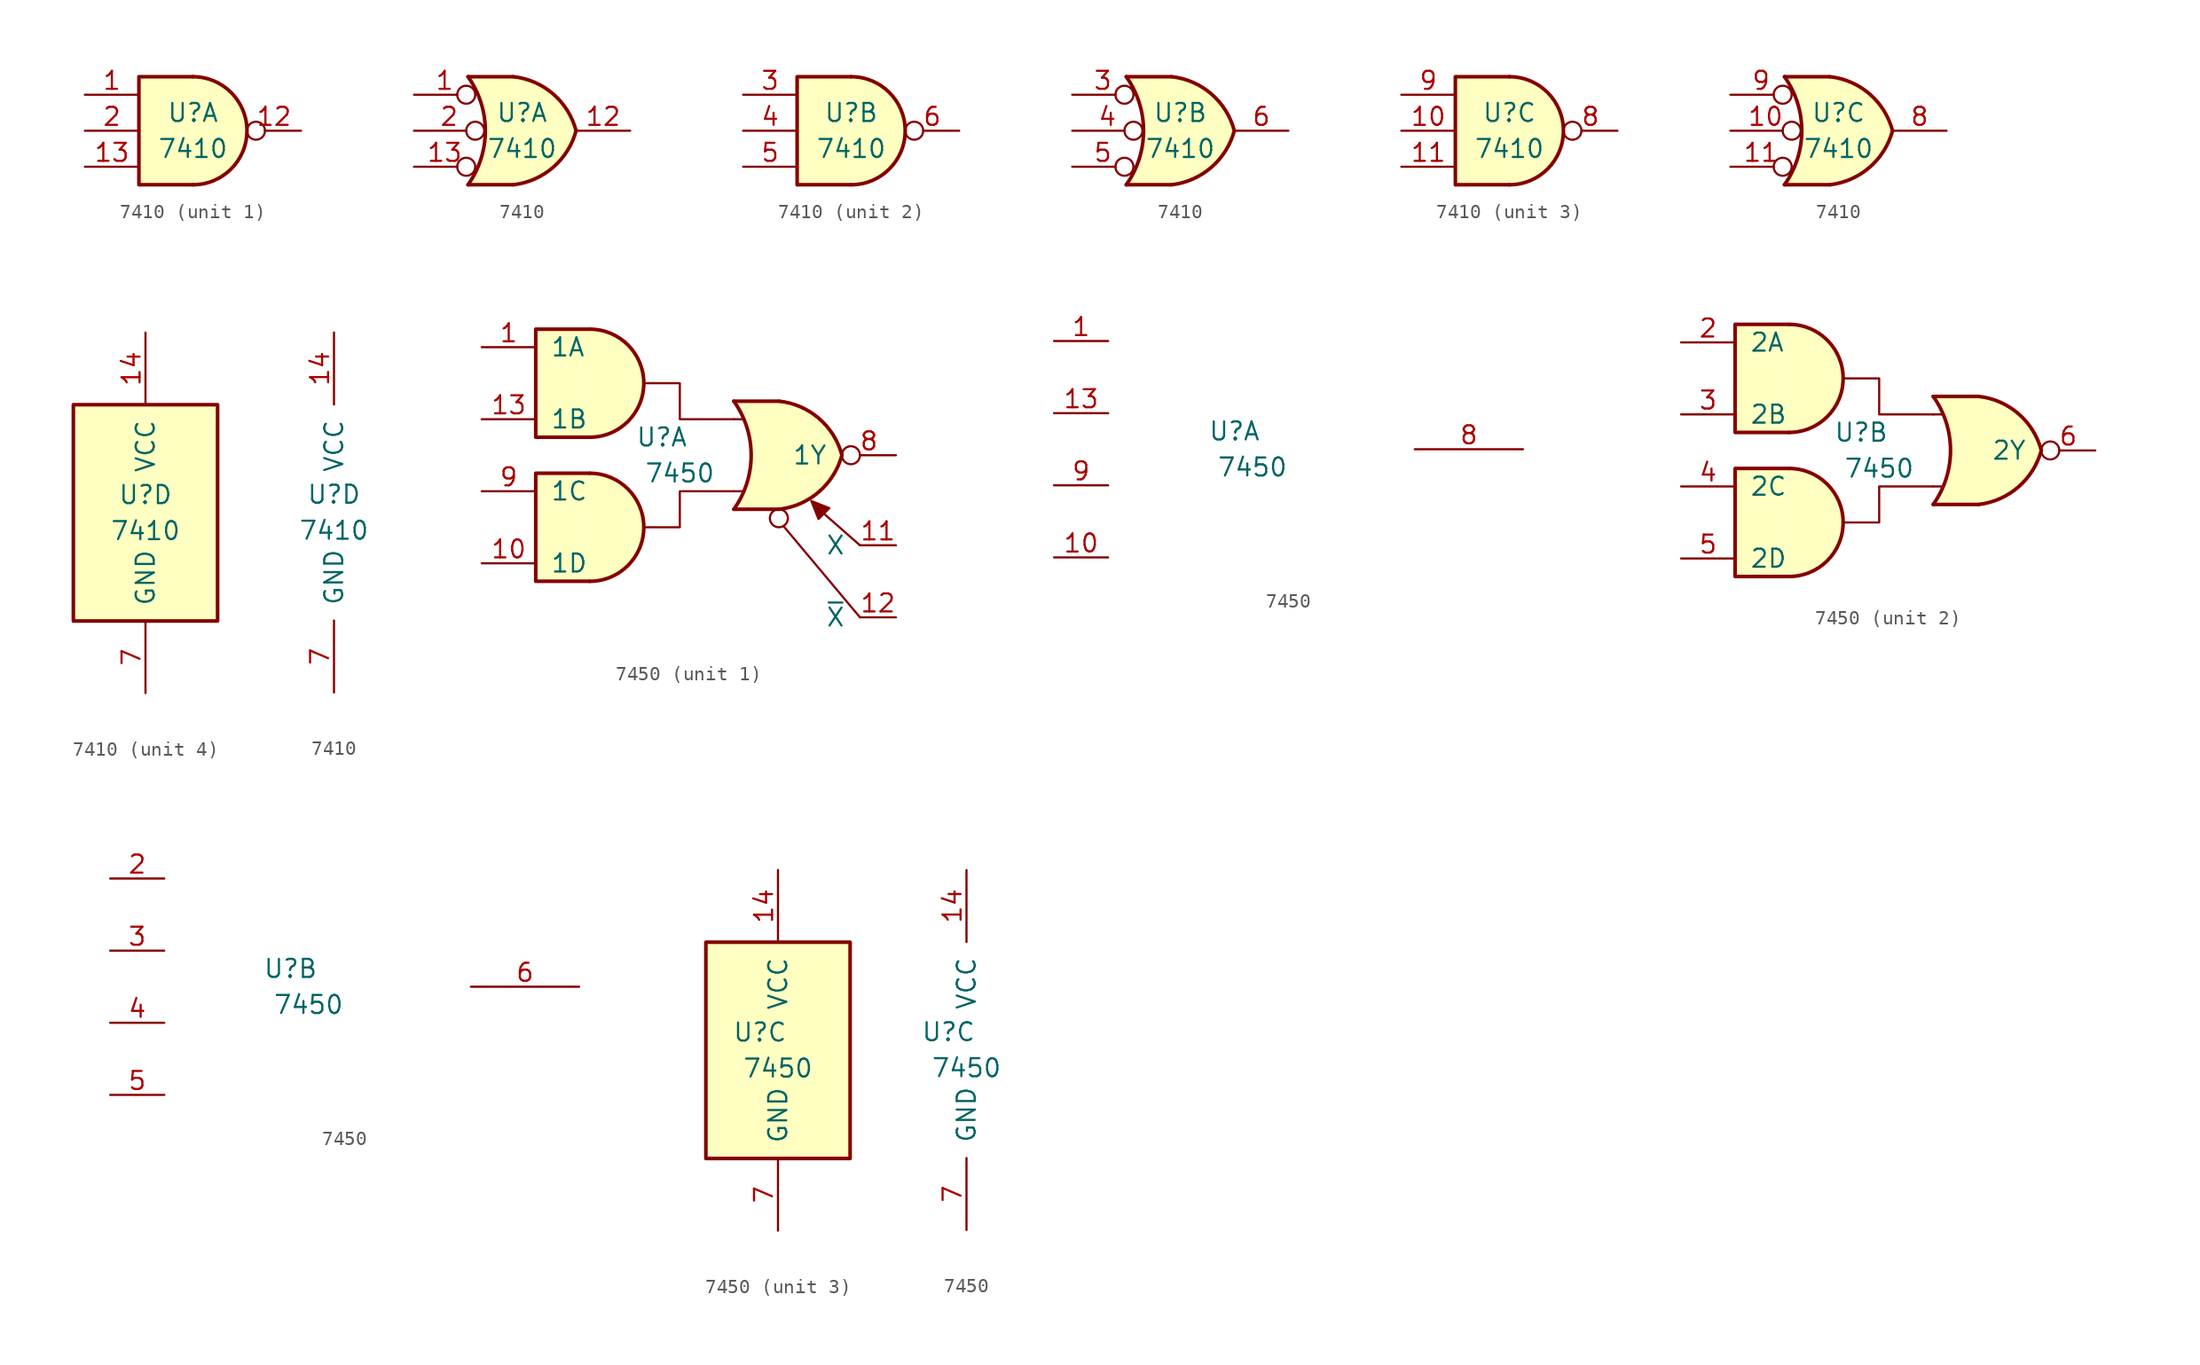
<source format=kicad_sym>
(kicad_symbol_lib
  (version 20220914)
  (generator kicad_symbol_editor)
  (symbol "7410"
    (pin_names
      (offset 1.016))
    (property "Reference" "U"
      (at 0 1.27 0)
      (effects (font (size 1.27 1.27))))
    (property "Value" "7410"
      (at 0 -1.27 0)
      (effects (font (size 1.27 1.27))))
    (property "ki_locked" ""
      (at 0 0 0)
      (effects (font (size 1.27 1.27))))
    (symbol "7410_1_1"
      (arc (start 0 -3.81) (mid 3.7934 0) (end 0 3.81) (stroke (width 0.254) (type default)) (fill (type background)))
      (polyline (pts (xy 0 3.81) (xy -3.81 3.81) (xy -3.81 -3.81) (xy 0 -3.81)) (stroke (width 0.254) (type default)) (fill (type background)))
      (pin input line (at -7.62 2.54 0) (length 3.81) (name "~" (effects (font (size 1.27 1.27)))) (number "1" (effects (font (size 1.27 1.27)))))
      (pin output inverted (at 7.62 0 180) (length 3.81) (name "~" (effects (font (size 1.27 1.27)))) (number "12" (effects (font (size 1.27 1.27)))))
      (pin input line (at -7.62 -2.54 0) (length 3.81) (name "~" (effects (font (size 1.27 1.27)))) (number "13" (effects (font (size 1.27 1.27)))))
      (pin input line (at -7.62 0 0) (length 3.81) (name "~" (effects (font (size 1.27 1.27)))) (number "2" (effects (font (size 1.27 1.27))))))
    (symbol "7410_1_2"
      (arc (start -3.81 -3.81) (mid -2.589 0) (end -3.81 3.81) (stroke (width 0.254) (type default)) (fill (type none)))
      (arc (start -0.6096 -3.81) (mid 2.1842 -2.5851) (end 3.81 0) (stroke (width 0.254) (type default)) (fill (type background)))
      (polyline (pts (xy -3.81 -3.81) (xy -0.635 -3.81)) (stroke (width 0.254) (type default)) (fill (type background)))
      (polyline (pts (xy -3.81 3.81) (xy -0.635 3.81)) (stroke (width 0.254) (type default)) (fill (type background)))
      (polyline (pts (xy -0.635 3.81) (xy -3.81 3.81) (xy -3.81 3.81) (xy -3.556 3.404) (xy -3.023 2.261) (xy -2.692 1.041) (xy -2.616 -0.254) (xy -2.769 -1.499) (xy -3.175 -2.718) (xy -3.81 -3.81) (xy -3.81 -3.81) (xy -0.635 -3.81)) (stroke (width -25.4) (type default)) (fill (type background)))
      (arc (start 3.81 0) (mid 2.1915 2.5936) (end -0.6096 3.81) (stroke (width 0.254) (type default)) (fill (type background)))
      (pin input inverted (at -7.62 2.54 0) (length 4.318) (name "~" (effects (font (size 1.27 1.27)))) (number "1" (effects (font (size 1.27 1.27)))))
      (pin output line (at 7.62 0 180) (length 3.81) (name "~" (effects (font (size 1.27 1.27)))) (number "12" (effects (font (size 1.27 1.27)))))
      (pin input inverted (at -7.62 -2.54 0) (length 4.318) (name "~" (effects (font (size 1.27 1.27)))) (number "13" (effects (font (size 1.27 1.27)))))
      (pin input inverted (at -7.62 0 0) (length 4.953) (name "~" (effects (font (size 1.27 1.27)))) (number "2" (effects (font (size 1.27 1.27))))))
    (symbol "7410_2_1"
      (arc (start 0 -3.81) (mid 3.7934 0) (end 0 3.81) (stroke (width 0.254) (type default)) (fill (type background)))
      (polyline (pts (xy 0 3.81) (xy -3.81 3.81) (xy -3.81 -3.81) (xy 0 -3.81)) (stroke (width 0.254) (type default)) (fill (type background)))
      (pin input line (at -7.62 2.54 0) (length 3.81) (name "~" (effects (font (size 1.27 1.27)))) (number "3" (effects (font (size 1.27 1.27)))))
      (pin input line (at -7.62 0 0) (length 3.81) (name "~" (effects (font (size 1.27 1.27)))) (number "4" (effects (font (size 1.27 1.27)))))
      (pin input line (at -7.62 -2.54 0) (length 3.81) (name "~" (effects (font (size 1.27 1.27)))) (number "5" (effects (font (size 1.27 1.27)))))
      (pin output inverted (at 7.62 0 180) (length 3.81) (name "~" (effects (font (size 1.27 1.27)))) (number "6" (effects (font (size 1.27 1.27))))))
    (symbol "7410_2_2"
      (arc (start -3.81 -3.81) (mid -2.589 0) (end -3.81 3.81) (stroke (width 0.254) (type default)) (fill (type none)))
      (arc (start -0.6096 -3.81) (mid 2.1842 -2.5851) (end 3.81 0) (stroke (width 0.254) (type default)) (fill (type background)))
      (polyline (pts (xy -3.81 -3.81) (xy -0.635 -3.81)) (stroke (width 0.254) (type default)) (fill (type background)))
      (polyline (pts (xy -3.81 3.81) (xy -0.635 3.81)) (stroke (width 0.254) (type default)) (fill (type background)))
      (polyline (pts (xy -0.635 3.81) (xy -3.81 3.81) (xy -3.81 3.81) (xy -3.556 3.404) (xy -3.023 2.261) (xy -2.692 1.041) (xy -2.616 -0.254) (xy -2.769 -1.499) (xy -3.175 -2.718) (xy -3.81 -3.81) (xy -3.81 -3.81) (xy -0.635 -3.81)) (stroke (width -25.4) (type default)) (fill (type background)))
      (arc (start 3.81 0) (mid 2.1915 2.5936) (end -0.6096 3.81) (stroke (width 0.254) (type default)) (fill (type background)))
      (pin input inverted (at -7.62 2.54 0) (length 4.318) (name "~" (effects (font (size 1.27 1.27)))) (number "3" (effects (font (size 1.27 1.27)))))
      (pin input inverted (at -7.62 0 0) (length 4.953) (name "~" (effects (font (size 1.27 1.27)))) (number "4" (effects (font (size 1.27 1.27)))))
      (pin input inverted (at -7.62 -2.54 0) (length 4.318) (name "~" (effects (font (size 1.27 1.27)))) (number "5" (effects (font (size 1.27 1.27)))))
      (pin output line (at 7.62 0 180) (length 3.81) (name "~" (effects (font (size 1.27 1.27)))) (number "6" (effects (font (size 1.27 1.27))))))
    (symbol "7410_3_1"
      (arc (start 0 -3.81) (mid 3.7934 0) (end 0 3.81) (stroke (width 0.254) (type default)) (fill (type background)))
      (polyline (pts (xy 0 3.81) (xy -3.81 3.81) (xy -3.81 -3.81) (xy 0 -3.81)) (stroke (width 0.254) (type default)) (fill (type background)))
      (pin input line (at -7.62 0 0) (length 3.81) (name "~" (effects (font (size 1.27 1.27)))) (number "10" (effects (font (size 1.27 1.27)))))
      (pin input line (at -7.62 -2.54 0) (length 3.81) (name "~" (effects (font (size 1.27 1.27)))) (number "11" (effects (font (size 1.27 1.27)))))
      (pin output inverted (at 7.62 0 180) (length 3.81) (name "~" (effects (font (size 1.27 1.27)))) (number "8" (effects (font (size 1.27 1.27)))))
      (pin input line (at -7.62 2.54 0) (length 3.81) (name "~" (effects (font (size 1.27 1.27)))) (number "9" (effects (font (size 1.27 1.27))))))
    (symbol "7410_3_2"
      (arc (start -3.81 -3.81) (mid -2.589 0) (end -3.81 3.81) (stroke (width 0.254) (type default)) (fill (type none)))
      (arc (start -0.6096 -3.81) (mid 2.1842 -2.5851) (end 3.81 0) (stroke (width 0.254) (type default)) (fill (type background)))
      (polyline (pts (xy -3.81 -3.81) (xy -0.635 -3.81)) (stroke (width 0.254) (type default)) (fill (type background)))
      (polyline (pts (xy -3.81 3.81) (xy -0.635 3.81)) (stroke (width 0.254) (type default)) (fill (type background)))
      (polyline (pts (xy -0.635 3.81) (xy -3.81 3.81) (xy -3.81 3.81) (xy -3.556 3.404) (xy -3.023 2.261) (xy -2.692 1.041) (xy -2.616 -0.254) (xy -2.769 -1.499) (xy -3.175 -2.718) (xy -3.81 -3.81) (xy -3.81 -3.81) (xy -0.635 -3.81)) (stroke (width -25.4) (type default)) (fill (type background)))
      (arc (start 3.81 0) (mid 2.1915 2.5936) (end -0.6096 3.81) (stroke (width 0.254) (type default)) (fill (type background)))
      (pin input inverted (at -7.62 0 0) (length 4.953) (name "~" (effects (font (size 1.27 1.27)))) (number "10" (effects (font (size 1.27 1.27)))))
      (pin input inverted (at -7.62 -2.54 0) (length 4.318) (name "~" (effects (font (size 1.27 1.27)))) (number "11" (effects (font (size 1.27 1.27)))))
      (pin output line (at 7.62 0 180) (length 3.81) (name "~" (effects (font (size 1.27 1.27)))) (number "8" (effects (font (size 1.27 1.27)))))
      (pin input inverted (at -7.62 2.54 0) (length 4.318) (name "~" (effects (font (size 1.27 1.27)))) (number "9" (effects (font (size 1.27 1.27))))))
    (symbol "7410_4_0"
      (pin power_in line (at 0 12.7 270) (length 5.08) (name "VCC" (effects (font (size 1.27 1.27)))) (number "14" (effects (font (size 1.27 1.27)))))
      (pin power_in line (at 0 -12.7 90) (length 5.08) (name "GND" (effects (font (size 1.27 1.27)))) (number "7" (effects (font (size 1.27 1.27))))))
    (symbol "7410_4_1"
      (rectangle (start -5.08 7.62) (end 5.08 -7.62) (stroke (width 0.254) (type default)) (fill (type background)))))
  (symbol "7450"
    (pin_names
      (offset 1.016))
    (property "Reference" "U"
      (at -1.27 1.27 0)
      (effects (font (size 1.27 1.27))))
    (property "Value" "7450"
      (at 0 -1.27 0)
      (effects (font (size 1.27 1.27))))
    (property "ki_locked" ""
      (at 0 0 0)
      (effects (font (size 1.27 1.27))))
    (symbol "7450_1_1"
      (arc (start -6.35 -8.89) (mid -2.5566 -5.08) (end -6.35 -1.27) (stroke (width 0.254) (type default)) (fill (type background)))
      (arc (start -6.35 1.27) (mid -2.5566 5.08) (end -6.35 8.89) (stroke (width 0.254) (type default)) (fill (type background)))
      (polyline (pts (xy 3.81 -3.81) (xy 6.985 -3.81)) (stroke (width 0.254) (type default)) (fill (type background)))
      (polyline (pts (xy 3.81 -2.54) (xy 4.521 -2.54)) (stroke (width 0) (type default)) (fill (type none)))
      (polyline (pts (xy 3.81 2.54) (xy 4.521 2.54)) (stroke (width 0) (type default)) (fill (type none)))
      (polyline (pts (xy 3.81 3.81) (xy 6.985 3.81)) (stroke (width 0.254) (type default)) (fill (type background)))
      (polyline (pts (xy 7.315 -5.004) (xy 12.7 -11.43)) (stroke (width 0) (type default)) (fill (type none)))
      (polyline (pts (xy 12.7 -6.35) (xy 10.211 -4.166)) (stroke (width 0) (type default)) (fill (type none)))
      (polyline (pts (xy -6.35 -1.27) (xy -10.16 -1.27) (xy -10.16 -8.89) (xy -6.35 -8.89)) (stroke (width 0.254) (type default)) (fill (type background)))
      (polyline (pts (xy -6.35 8.89) (xy -10.16 8.89) (xy -10.16 1.27) (xy -6.35 1.27)) (stroke (width 0.254) (type default)) (fill (type background)))
      (polyline (pts (xy -2.54 -5.08) (xy 0 -5.08) (xy 0 -2.54) (xy 3.81 -2.54)) (stroke (width 0) (type default)) (fill (type none)))
      (polyline (pts (xy -2.54 5.08) (xy 0 5.08) (xy 0 2.54) (xy 3.81 2.54)) (stroke (width 0) (type default)) (fill (type none)))
      (polyline (pts (xy 9.271 -3.226) (xy 9.779 -4.496) (xy 10.541 -3.734) (xy 9.271 -3.226)) (stroke (width 0) (type default)) (fill (type outline)))
      (polyline (pts (xy 6.985 3.81) (xy 3.81 3.81) (xy 3.81 3.81) (xy 4.064 3.404) (xy 4.597 2.261) (xy 4.928 1.041) (xy 5.004 -0.254) (xy 4.851 -1.499) (xy 4.445 -2.718) (xy 3.81 -3.81) (xy 3.81 -3.81) (xy 6.985 -3.81)) (stroke (width -25.4) (type default)) (fill (type background)))
      (arc (start 3.81 -3.81) (mid 5.031 0) (end 3.81 3.81) (stroke (width 0.254) (type default)) (fill (type none)))
      (circle (center 6.985 -4.445) (radius 0.635) (stroke (width 0) (type default)) (fill (type none)))
      (arc (start 7.0104 -3.81) (mid 9.8055 -2.584) (end 11.43 0) (stroke (width 0.254) (type default)) (fill (type background)))
      (arc (start 11.43 0) (mid 9.8128 2.5925) (end 7.0104 3.81) (stroke (width 0.254) (type default)) (fill (type background)))
      (pin input line (at -13.97 7.62 0) (length 3.81) (name "1A" (effects (font (size 1.27 1.27)))) (number "1" (effects (font (size 1.27 1.27)))))
      (pin input line (at -13.97 -7.62 0) (length 3.81) (name "1D" (effects (font (size 1.27 1.27)))) (number "10" (effects (font (size 1.27 1.27)))))
      (pin bidirectional line (at 15.24 -6.35 180) (length 2.54) (name "X" (effects (font (size 1.27 1.27)))) (number "11" (effects (font (size 1.27 1.27)))))
      (pin bidirectional line (at 15.24 -11.43 180) (length 2.54) (name "~{X}" (effects (font (size 1.27 1.27)))) (number "12" (effects (font (size 1.27 1.27)))))
      (pin input line (at -13.97 2.54 0) (length 3.81) (name "1B" (effects (font (size 1.27 1.27)))) (number "13" (effects (font (size 1.27 1.27)))))
      (pin output inverted (at 15.24 0 180) (length 3.81) (name "1Y" (effects (font (size 1.27 1.27)))) (number "8" (effects (font (size 1.27 1.27)))))
      (pin input line (at -13.97 -2.54 0) (length 3.81) (name "1C" (effects (font (size 1.27 1.27)))) (number "9" (effects (font (size 1.27 1.27))))))
    (symbol "7450_1_2"
      (pin input line (at -13.97 7.62 0) (length 3.81) (name "~" (effects (font (size 1.27 1.27)))) (number "1" (effects (font (size 1.27 1.27)))))
      (pin input line (at -13.97 -7.62 0) (length 3.81) (name "~" (effects (font (size 1.27 1.27)))) (number "10" (effects (font (size 1.27 1.27)))))
      (pin input line (at -13.97 2.54 0) (length 3.81) (name "~" (effects (font (size 1.27 1.27)))) (number "13" (effects (font (size 1.27 1.27)))))
      (pin output line (at 19.05 0 180) (length 7.62) (name "" (effects (font (size 1.27 1.27)))) (number "8" (effects (font (size 1.27 1.27)))))
      (pin input line (at -13.97 -2.54 0) (length 3.81) (name "~" (effects (font (size 1.27 1.27)))) (number "9" (effects (font (size 1.27 1.27))))))
    (symbol "7450_2_1"
      (arc (start -6.35 -8.89) (mid -2.5566 -5.08) (end -6.35 -1.27) (stroke (width 0.254) (type default)) (fill (type background)))
      (arc (start -6.35 1.27) (mid -2.5566 5.08) (end -6.35 8.89) (stroke (width 0.254) (type default)) (fill (type background)))
      (polyline (pts (xy 3.81 -3.81) (xy 6.985 -3.81)) (stroke (width 0.254) (type default)) (fill (type background)))
      (polyline (pts (xy 3.81 -2.54) (xy 4.521 -2.54)) (stroke (width 0) (type default)) (fill (type none)))
      (polyline (pts (xy 3.81 2.54) (xy 4.521 2.54)) (stroke (width 0) (type default)) (fill (type none)))
      (polyline (pts (xy 3.81 3.81) (xy 6.985 3.81)) (stroke (width 0.254) (type default)) (fill (type background)))
      (polyline (pts (xy -6.35 -1.27) (xy -10.16 -1.27) (xy -10.16 -8.89) (xy -6.35 -8.89)) (stroke (width 0.254) (type default)) (fill (type background)))
      (polyline (pts (xy -6.35 8.89) (xy -10.16 8.89) (xy -10.16 1.27) (xy -6.35 1.27)) (stroke (width 0.254) (type default)) (fill (type background)))
      (polyline (pts (xy -2.54 -5.08) (xy 0 -5.08) (xy 0 -2.54) (xy 3.81 -2.54)) (stroke (width 0) (type default)) (fill (type none)))
      (polyline (pts (xy -2.54 5.08) (xy 0 5.08) (xy 0 2.54) (xy 3.81 2.54)) (stroke (width 0) (type default)) (fill (type none)))
      (polyline (pts (xy 6.985 3.81) (xy 3.81 3.81) (xy 3.81 3.81) (xy 4.064 3.404) (xy 4.597 2.261) (xy 4.928 1.041) (xy 5.004 -0.254) (xy 4.851 -1.499) (xy 4.445 -2.718) (xy 3.81 -3.81) (xy 3.81 -3.81) (xy 6.985 -3.81)) (stroke (width -25.4) (type default)) (fill (type background)))
      (polyline (pts (xy 6.985 3.81) (xy 3.81 3.81) (xy 3.81 3.81) (xy 4.064 3.404) (xy 4.597 2.261) (xy 4.928 1.041) (xy 5.004 -0.254) (xy 4.851 -1.499) (xy 4.445 -2.718) (xy 3.81 -3.81) (xy 3.81 -3.81) (xy 6.985 -3.81)) (stroke (width -25.4) (type default)) (fill (type background)))
      (arc (start 3.81 -3.81) (mid 5.031 0) (end 3.81 3.81) (stroke (width 0.254) (type default)) (fill (type none)))
      (arc (start 7.0104 -3.81) (mid 9.8055 -2.584) (end 11.43 0) (stroke (width 0.254) (type default)) (fill (type background)))
      (arc (start 11.43 0) (mid 9.8128 2.5925) (end 7.0104 3.81) (stroke (width 0.254) (type default)) (fill (type background)))
      (pin input line (at -13.97 7.62 0) (length 3.81) (name "2A" (effects (font (size 1.27 1.27)))) (number "2" (effects (font (size 1.27 1.27)))))
      (pin input line (at -13.97 2.54 0) (length 3.81) (name "2B" (effects (font (size 1.27 1.27)))) (number "3" (effects (font (size 1.27 1.27)))))
      (pin input line (at -13.97 -2.54 0) (length 3.81) (name "2C" (effects (font (size 1.27 1.27)))) (number "4" (effects (font (size 1.27 1.27)))))
      (pin input line (at -13.97 -7.62 0) (length 3.81) (name "2D" (effects (font (size 1.27 1.27)))) (number "5" (effects (font (size 1.27 1.27)))))
      (pin output inverted (at 15.24 0 180) (length 3.81) (name "2Y" (effects (font (size 1.27 1.27)))) (number "6" (effects (font (size 1.27 1.27))))))
    (symbol "7450_2_2"
      (pin input line (at -13.97 7.62 0) (length 3.81) (name "~" (effects (font (size 1.27 1.27)))) (number "2" (effects (font (size 1.27 1.27)))))
      (pin input line (at -13.97 2.54 0) (length 3.81) (name "~" (effects (font (size 1.27 1.27)))) (number "3" (effects (font (size 1.27 1.27)))))
      (pin input line (at -13.97 -2.54 0) (length 3.81) (name "~" (effects (font (size 1.27 1.27)))) (number "4" (effects (font (size 1.27 1.27)))))
      (pin input line (at -13.97 -7.62 0) (length 3.81) (name "~" (effects (font (size 1.27 1.27)))) (number "5" (effects (font (size 1.27 1.27)))))
      (pin output line (at 19.05 0 180) (length 7.62) (name "" (effects (font (size 1.27 1.27)))) (number "6" (effects (font (size 1.27 1.27))))))
    (symbol "7450_3_0"
      (pin power_in line (at 0 12.7 270) (length 5.08) (name "VCC" (effects (font (size 1.27 1.27)))) (number "14" (effects (font (size 1.27 1.27)))))
      (pin power_in line (at 0 -12.7 90) (length 5.08) (name "GND" (effects (font (size 1.27 1.27)))) (number "7" (effects (font (size 1.27 1.27))))))
    (symbol "7450_3_1"
      (rectangle (start -5.08 7.62) (end 5.08 -7.62) (stroke (width 0.254) (type default)) (fill (type background))))))
</source>
